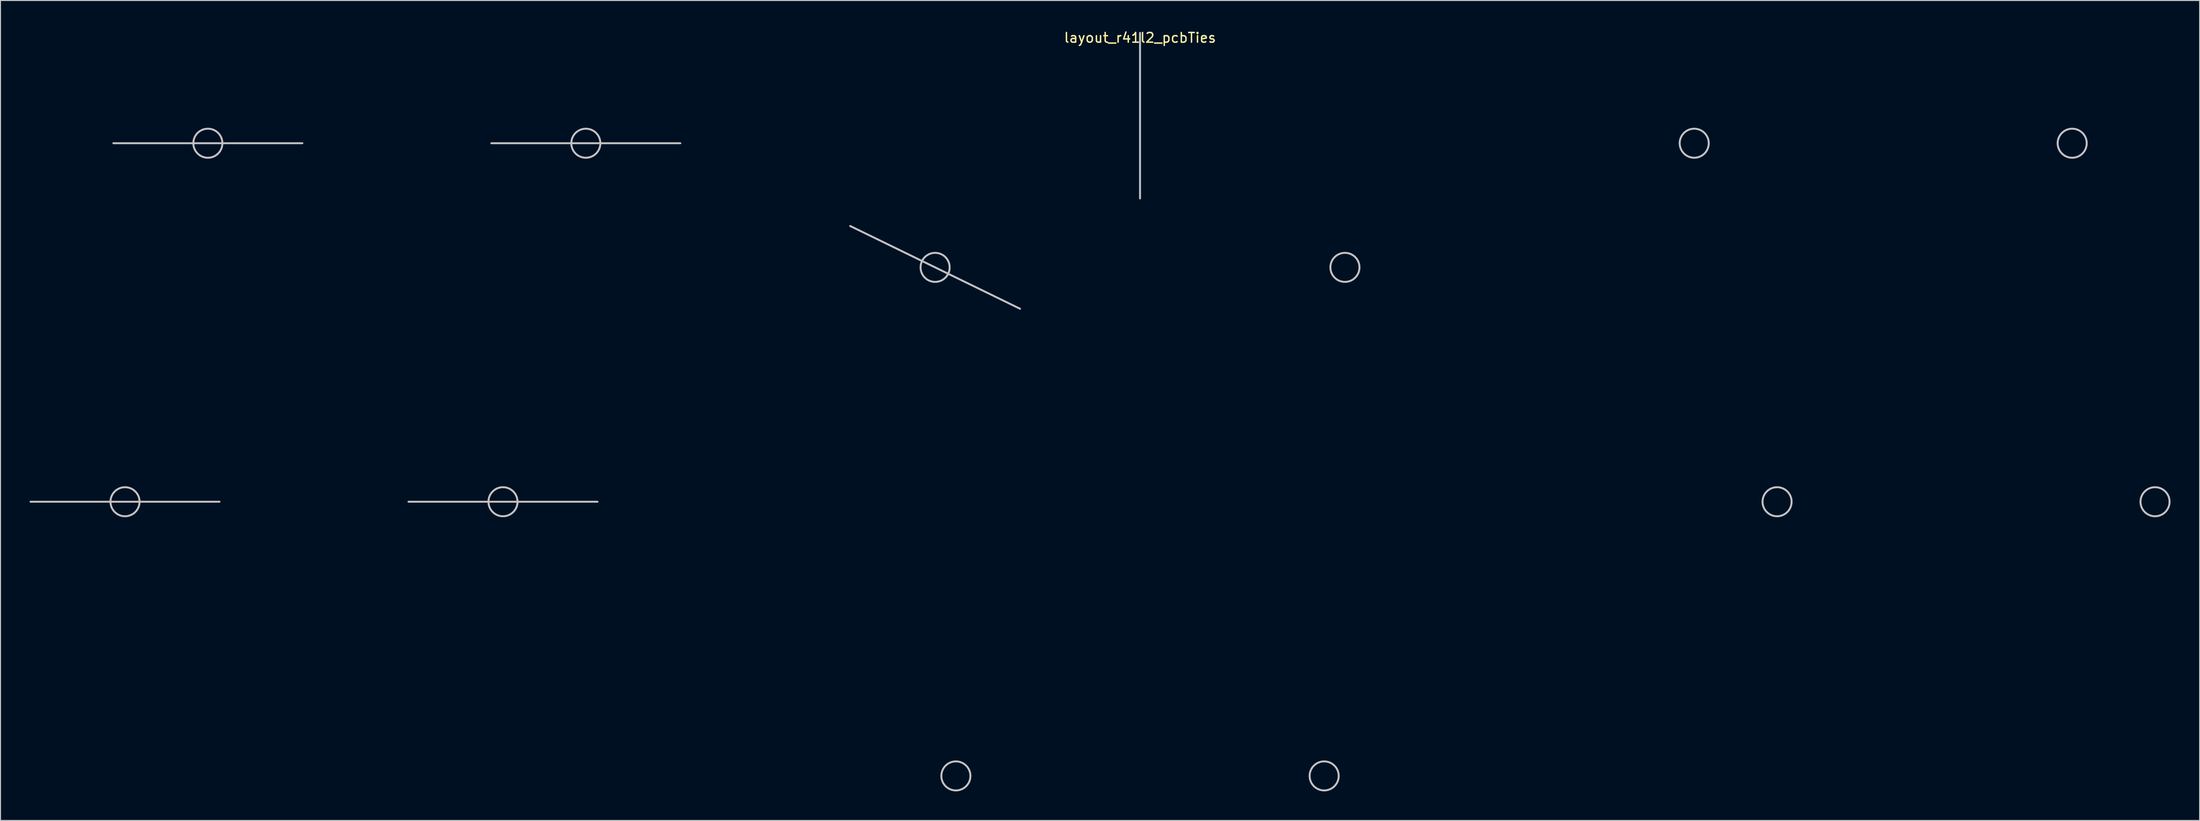
<source format=kicad_pcb>
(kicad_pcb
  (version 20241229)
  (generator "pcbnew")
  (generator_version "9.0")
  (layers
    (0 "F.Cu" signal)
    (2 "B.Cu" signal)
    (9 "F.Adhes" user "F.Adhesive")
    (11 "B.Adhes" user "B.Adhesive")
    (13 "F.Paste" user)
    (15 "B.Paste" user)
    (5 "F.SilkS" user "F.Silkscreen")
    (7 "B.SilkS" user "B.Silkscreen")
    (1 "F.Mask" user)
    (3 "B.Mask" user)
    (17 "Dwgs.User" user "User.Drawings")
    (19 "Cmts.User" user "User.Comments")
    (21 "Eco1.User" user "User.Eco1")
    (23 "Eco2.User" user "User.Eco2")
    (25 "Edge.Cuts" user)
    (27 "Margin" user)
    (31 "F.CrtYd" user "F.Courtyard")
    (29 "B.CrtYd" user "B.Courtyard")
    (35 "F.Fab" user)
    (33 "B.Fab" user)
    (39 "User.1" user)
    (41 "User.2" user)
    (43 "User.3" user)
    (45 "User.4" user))
  (footprint "layout_r41l2_pcbTies"
    (layer "F.Cu")
    (at 114.58 0.348)
    (property "Reference" "layout_r41l2_pcbTies" (at 0 0.5 0) (layer "F.SilkS") (effects (font (size 1 1) (thickness 0.15))))
    (attr through_hole)
    (fp_line (start -114.48 48.42) (end -94.981 48.42) (stroke (width 0.2) (type solid)) (layer "Dwgs.User"))
    (fp_line (start -105.932 11.394) (end -86.432 11.394) (stroke (width 0.2) (type solid)) (layer "Dwgs.User"))
    (fp_line (start -75.481 48.42) (end -55.981 48.42) (stroke (width 0.2) (type solid)) (layer "Dwgs.User"))
    (fp_line (start -66.933 11.394) (end -47.433 11.394) (stroke (width 0.2) (type solid)) (layer "Dwgs.User"))
    (fp_line (start -29.907 19.942) (end -12.38 28.49) (stroke (width 0.2) (type solid)) (layer "Dwgs.User"))
    (fp_line (start 0 0) (end 0 17.096) (stroke (width 0.2) (type solid)) (layer "Dwgs.User"))
    (fp_circle (center -104.73 48.42) (end -103.23 48.42) (stroke (width 0.2) (type solid)) (fill no) (layer "Dwgs.User"))
    (fp_circle (center -96.182 11.394) (end -94.682 11.394) (stroke (width 0.2) (type solid)) (fill no) (layer "Dwgs.User"))
    (fp_circle (center -65.731 48.42) (end -64.231 48.42) (stroke (width 0.2) (type solid)) (fill no) (layer "Dwgs.User"))
    (fp_circle (center -57.183 11.394) (end -55.683 11.394) (stroke (width 0.2) (type solid)) (fill no) (layer "Dwgs.User"))
    (fp_circle (center -21.143 24.216) (end -19.643 24.216) (stroke (width 0.2) (type solid)) (fill no) (layer "Dwgs.User"))
    (fp_circle (center -19 76.737) (end -17.5 76.737) (stroke (width 0.2) (type solid)) (fill no) (layer "Dwgs.User"))
    (fp_circle (center 19 76.737) (end 20.5 76.737) (stroke (width 0.2) (type solid)) (fill no) (layer "Dwgs.User"))
    (fp_circle (center 21.143 24.216) (end 22.643 24.216) (stroke (width 0.2) (type solid)) (fill no) (layer "Dwgs.User"))
    (fp_circle (center 57.183 11.394) (end 58.683 11.394) (stroke (width 0.2) (type solid)) (fill no) (layer "Dwgs.User"))
    (fp_circle (center 65.731 48.42) (end 67.231 48.42) (stroke (width 0.2) (type solid)) (fill no) (layer "Dwgs.User"))
    (fp_circle (center 96.182 11.394) (end 97.682 11.394) (stroke (width 0.2) (type solid)) (fill no) (layer "Dwgs.User"))
    (fp_circle (center 104.73 48.42) (end 106.23 48.42) (stroke (width 0.2) (type solid)) (fill no) (layer "Dwgs.User")))
  (gr_rect
    (start -3 -3)
    (end 223.911 81.686)
    (stroke (width 0.1) (type default))
    (fill no)
    (layer "Edge.Cuts")))
</source>
